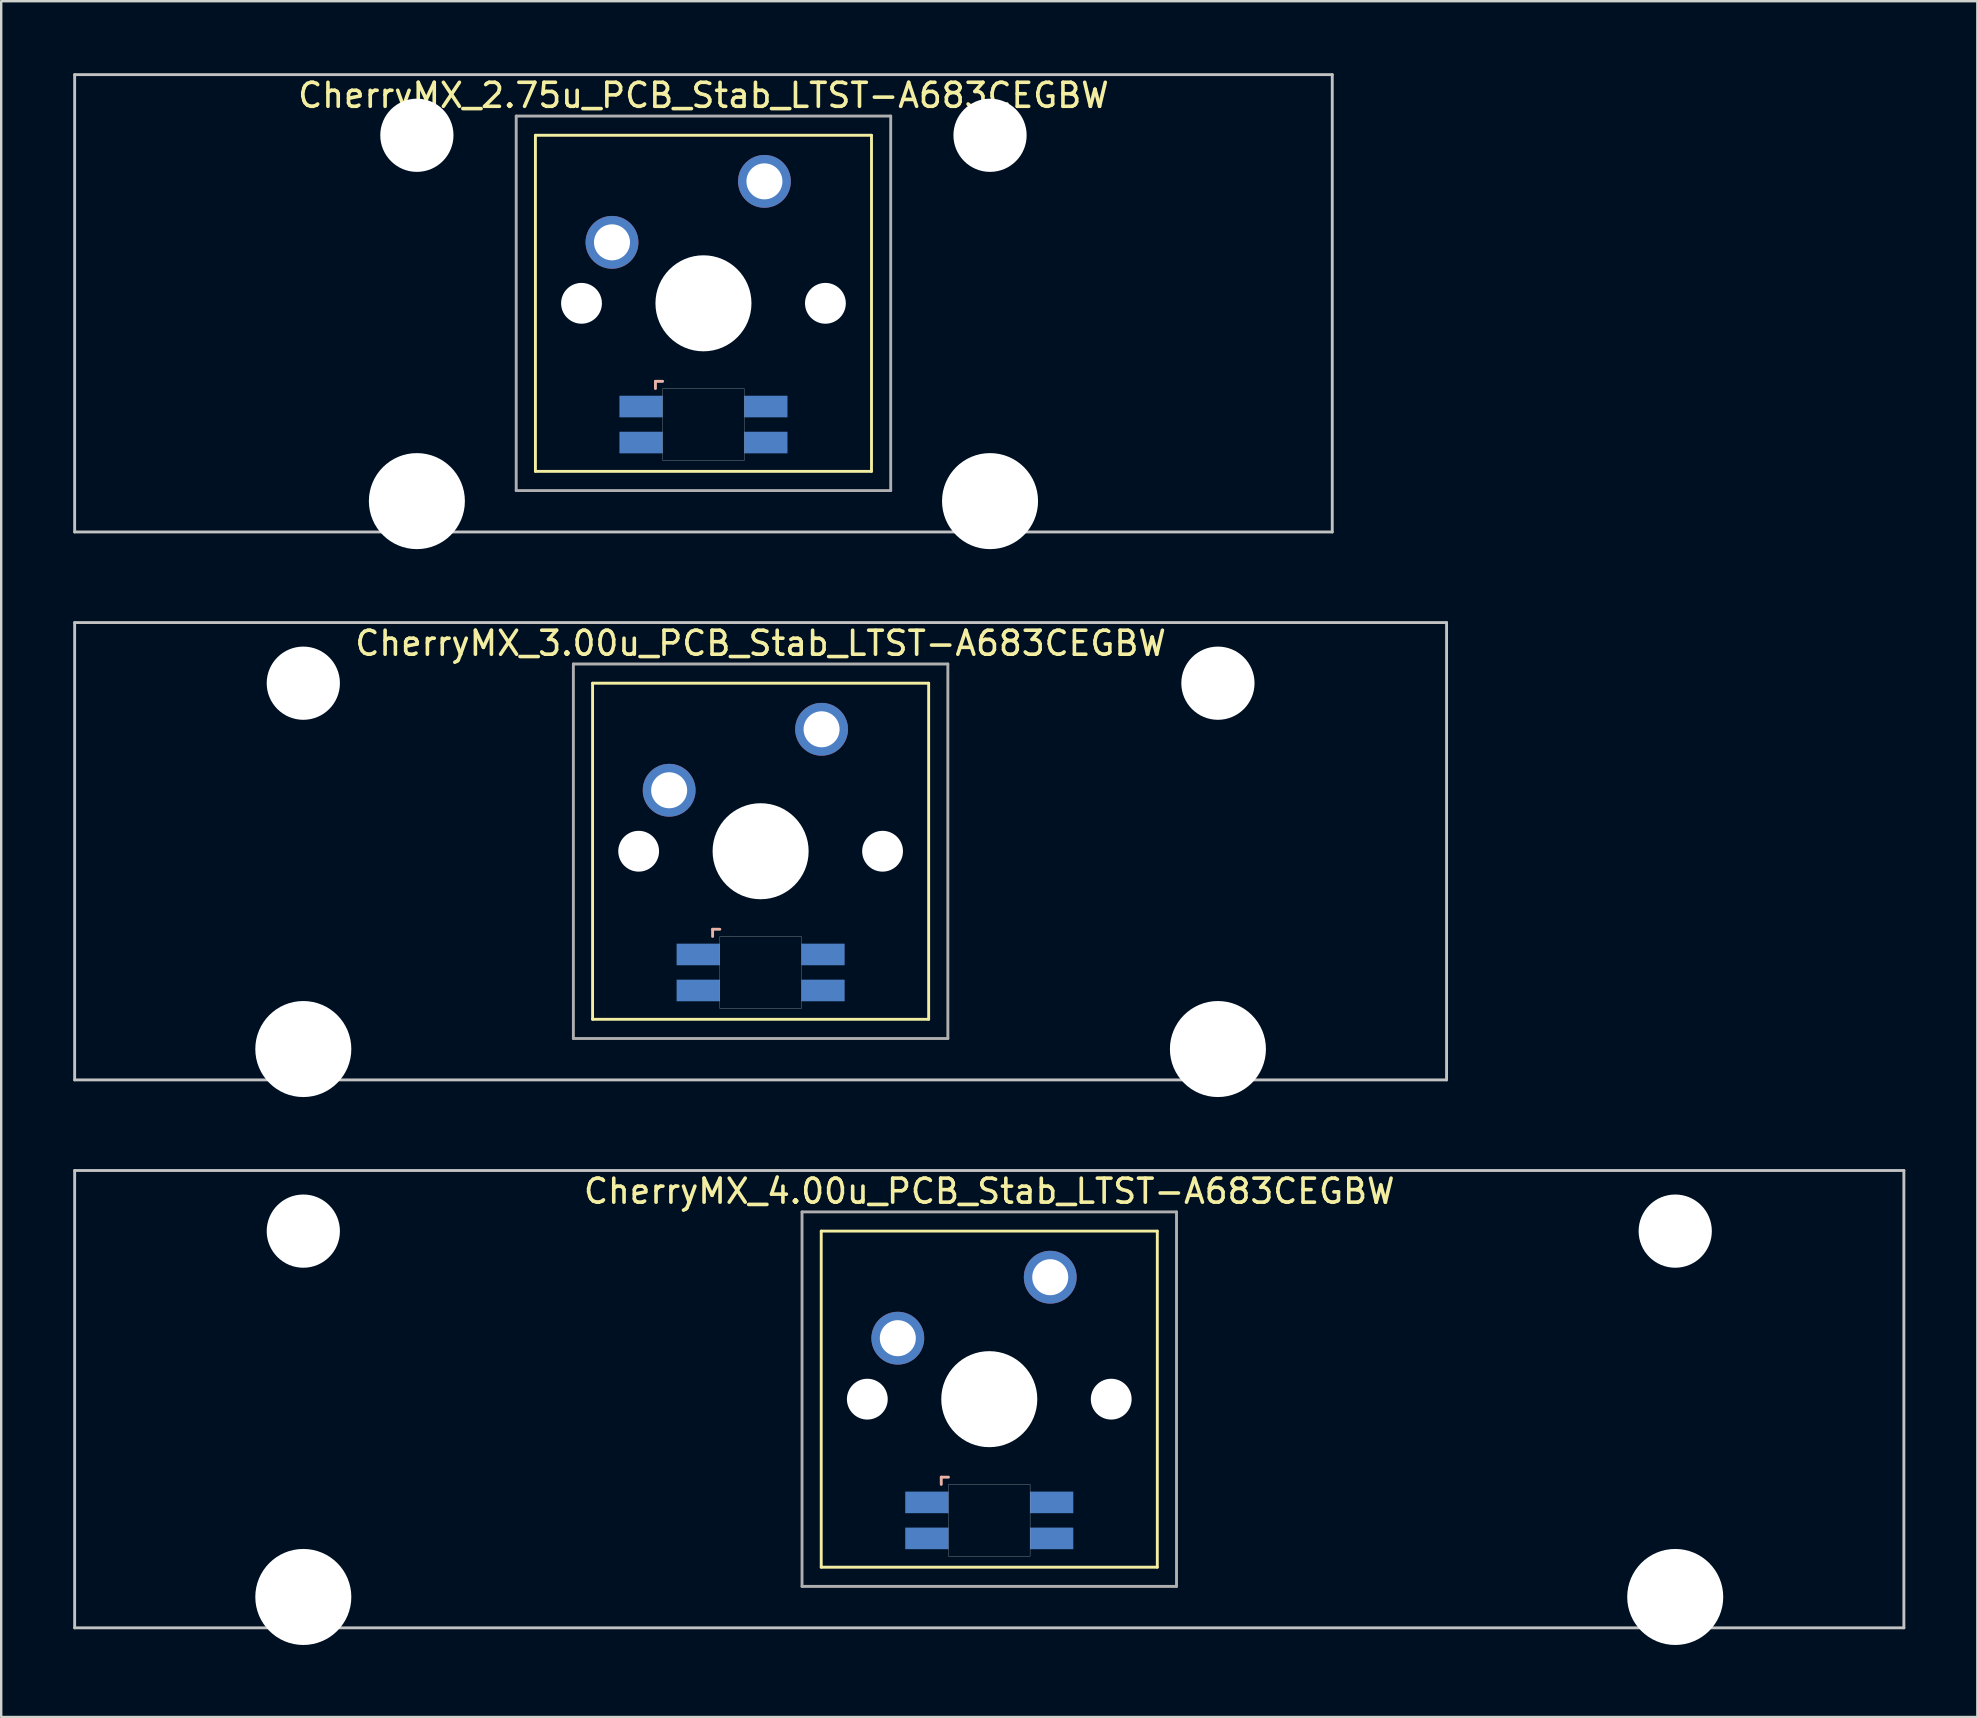
<source format=kicad_pcb>
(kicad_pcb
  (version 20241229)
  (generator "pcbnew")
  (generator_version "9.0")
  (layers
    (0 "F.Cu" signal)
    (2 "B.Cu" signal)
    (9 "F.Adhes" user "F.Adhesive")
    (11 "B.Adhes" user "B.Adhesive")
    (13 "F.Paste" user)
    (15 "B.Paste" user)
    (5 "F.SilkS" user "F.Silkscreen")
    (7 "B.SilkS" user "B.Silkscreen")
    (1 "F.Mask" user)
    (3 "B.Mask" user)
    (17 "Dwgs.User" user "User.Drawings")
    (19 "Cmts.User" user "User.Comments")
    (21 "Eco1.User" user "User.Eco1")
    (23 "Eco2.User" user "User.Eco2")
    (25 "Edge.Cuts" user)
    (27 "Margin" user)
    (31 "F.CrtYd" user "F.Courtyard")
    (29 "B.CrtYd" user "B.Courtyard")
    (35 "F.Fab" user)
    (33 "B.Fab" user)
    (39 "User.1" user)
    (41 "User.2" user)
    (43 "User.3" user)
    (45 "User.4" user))
  (footprint "CherryMX_3.00u_PCB_Stab_LTST-A683CEGBW"
    (layer "F.Cu")
    (at 28.635 32.41)
    (property "Reference" "CherryMX_3.00u_PCB_Stab_LTST-A683CEGBW" (at 0 -8.662 0) (layer "F.SilkS") (effects (font (size 1 1) (thickness 0.15))))
    (attr through_hole)
    (fp_line (start -7 -7) (end -7 7) (stroke (width 0.12) (type solid)) (layer "F.SilkS"))
    (fp_line (start -7 -7) (end 7 -7) (stroke (width 0.12) (type solid)) (layer "F.SilkS"))
    (fp_line (start 7 -7) (end 7 7) (stroke (width 0.12) (type solid)) (layer "F.SilkS"))
    (fp_line (start 7 7) (end -7 7) (stroke (width 0.12) (type solid)) (layer "F.SilkS"))
    (fp_line (start -2 3.25) (end -2 3.55) (stroke (width 0.12) (type solid)) (layer "B.SilkS"))
    (fp_line (start -1.7 3.25) (end -2 3.25) (stroke (width 0.12) (type solid)) (layer "B.SilkS"))
    (fp_line (start -28.575 -9.525) (end 28.575 -9.525) (stroke (width 0.12) (type solid)) (layer "Dwgs.User"))
    (fp_line (start -28.575 9.525) (end -28.575 -9.525) (stroke (width 0.12) (type solid)) (layer "Dwgs.User"))
    (fp_line (start 28.575 -9.525) (end 28.575 9.525) (stroke (width 0.12) (type solid)) (layer "Dwgs.User"))
    (fp_line (start 28.575 9.525) (end -28.575 9.525) (stroke (width 0.12) (type solid)) (layer "Dwgs.User"))
    (fp_poly (pts (xy 1.7 6.55) (xy -1.7 6.55) (xy -1.7 3.55) (xy 1.7 3.55)) (stroke (width 0.01) (type solid)) (fill no) (layer "Edge.Cuts"))
    (fp_line (start -7.8 -7.8) (end -7.8 7.8) (stroke (width 0.12) (type solid)) (layer "F.Fab"))
    (fp_line (start -7.8 -7.8) (end 7.8 -7.8) (stroke (width 0.12) (type solid)) (layer "F.Fab"))
    (fp_line (start -7.8 7.8) (end 7.8 7.8) (stroke (width 0.12) (type solid)) (layer "F.Fab"))
    (fp_line (start 7.8 -7.8) (end 7.8 7.8) (stroke (width 0.12) (type solid)) (layer "F.Fab"))
    (pad "" np_thru_hole circle (at -19.05 -7) (size 3.05 3.05) (drill 3.05) (layers "*.Cu" "*.Mask"))
    (pad "" np_thru_hole circle (at -19.05 8.24) (size 4 4) (drill 4) (layers "*.Cu" "*.Mask"))
    (pad "" np_thru_hole circle (at -5.08 0) (size 1.7 1.7) (drill 1.7) (layers "*.Cu" "*.Mask"))
    (pad "" np_thru_hole circle (at 0 0) (size 4 4) (drill 4) (layers "*.Cu" "*.Mask"))
    (pad "" np_thru_hole circle (at 5.08 0) (size 1.7 1.7) (drill 1.7) (layers "*.Cu" "*.Mask"))
    (pad "" np_thru_hole circle (at 19.05 -7) (size 3.05 3.05) (drill 3.05) (layers "*.Cu" "*.Mask"))
    (pad "" np_thru_hole circle (at 19.05 8.24) (size 4 4) (drill 4) (layers "*.Cu" "*.Mask"))
    (pad "1" thru_hole circle (at -3.81 -2.54) (size 2.2 2.2) (drill 1.5) (layers "*.Cu" "*.Mask"))
    (pad "2" thru_hole circle (at 2.54 -5.08) (size 2.2 2.2) (drill 1.5) (layers "*.Cu" "*.Mask"))
    (pad "3" smd rect (at -2.6 4.3) (size 1.8 0.9) (layers "B.Cu" "B.Mask" "B.Paste"))
    (pad "4" smd rect (at -2.6 5.8) (size 1.8 0.9) (layers "B.Cu" "B.Mask" "B.Paste"))
    (pad "5" smd rect (at 2.6 4.3) (size 1.8 0.9) (layers "B.Cu" "B.Mask" "B.Paste"))
    (pad "6" smd rect (at 2.6 5.8) (size 1.8 0.9) (layers "B.Cu" "B.Mask" "B.Paste")))
  (footprint "CherryMX_2.75u_PCB_Stab_LTST-A683CEGBW"
    (layer "F.Cu")
    (at 26.254 9.585)
    (property "Reference" "CherryMX_2.75u_PCB_Stab_LTST-A683CEGBW" (at 0 -8.662 0) (layer "F.SilkS") (effects (font (size 1 1) (thickness 0.15))))
    (attr through_hole)
    (fp_line (start -7 -7) (end -7 7) (stroke (width 0.12) (type solid)) (layer "F.SilkS"))
    (fp_line (start -7 -7) (end 7 -7) (stroke (width 0.12) (type solid)) (layer "F.SilkS"))
    (fp_line (start 7 -7) (end 7 7) (stroke (width 0.12) (type solid)) (layer "F.SilkS"))
    (fp_line (start 7 7) (end -7 7) (stroke (width 0.12) (type solid)) (layer "F.SilkS"))
    (fp_line (start -2 3.25) (end -2 3.55) (stroke (width 0.12) (type solid)) (layer "B.SilkS"))
    (fp_line (start -1.7 3.25) (end -2 3.25) (stroke (width 0.12) (type solid)) (layer "B.SilkS"))
    (fp_line (start -26.194 -9.525) (end 26.194 -9.525) (stroke (width 0.12) (type solid)) (layer "Dwgs.User"))
    (fp_line (start -26.194 9.525) (end -26.194 -9.525) (stroke (width 0.12) (type solid)) (layer "Dwgs.User"))
    (fp_line (start 26.194 -9.525) (end 26.194 9.525) (stroke (width 0.12) (type solid)) (layer "Dwgs.User"))
    (fp_line (start 26.194 9.525) (end -26.194 9.525) (stroke (width 0.12) (type solid)) (layer "Dwgs.User"))
    (fp_poly (pts (xy 1.7 6.55) (xy -1.7 6.55) (xy -1.7 3.55) (xy 1.7 3.55)) (stroke (width 0.01) (type solid)) (fill no) (layer "Edge.Cuts"))
    (fp_line (start -7.8 -7.8) (end -7.8 7.8) (stroke (width 0.12) (type solid)) (layer "F.Fab"))
    (fp_line (start -7.8 -7.8) (end 7.8 -7.8) (stroke (width 0.12) (type solid)) (layer "F.Fab"))
    (fp_line (start -7.8 7.8) (end 7.8 7.8) (stroke (width 0.12) (type solid)) (layer "F.Fab"))
    (fp_line (start 7.8 -7.8) (end 7.8 7.8) (stroke (width 0.12) (type solid)) (layer "F.Fab"))
    (pad "" np_thru_hole circle (at -11.938 -7) (size 3.05 3.05) (drill 3.05) (layers "*.Cu" "*.Mask"))
    (pad "" np_thru_hole circle (at -11.938 8.24) (size 4 4) (drill 4) (layers "*.Cu" "*.Mask"))
    (pad "" np_thru_hole circle (at -5.08 0) (size 1.7 1.7) (drill 1.7) (layers "*.Cu" "*.Mask"))
    (pad "" np_thru_hole circle (at 0 0) (size 4 4) (drill 4) (layers "*.Cu" "*.Mask"))
    (pad "" np_thru_hole circle (at 5.08 0) (size 1.7 1.7) (drill 1.7) (layers "*.Cu" "*.Mask"))
    (pad "" np_thru_hole circle (at 11.938 -7) (size 3.05 3.05) (drill 3.05) (layers "*.Cu" "*.Mask"))
    (pad "" np_thru_hole circle (at 11.938 8.24) (size 4 4) (drill 4) (layers "*.Cu" "*.Mask"))
    (pad "1" thru_hole circle (at -3.81 -2.54) (size 2.2 2.2) (drill 1.5) (layers "*.Cu" "*.Mask"))
    (pad "2" thru_hole circle (at 2.54 -5.08) (size 2.2 2.2) (drill 1.5) (layers "*.Cu" "*.Mask"))
    (pad "3" smd rect (at -2.6 4.3) (size 1.8 0.9) (layers "B.Cu" "B.Mask" "B.Paste"))
    (pad "4" smd rect (at -2.6 5.8) (size 1.8 0.9) (layers "B.Cu" "B.Mask" "B.Paste"))
    (pad "5" smd rect (at 2.6 4.3) (size 1.8 0.9) (layers "B.Cu" "B.Mask" "B.Paste"))
    (pad "6" smd rect (at 2.6 5.8) (size 1.8 0.9) (layers "B.Cu" "B.Mask" "B.Paste")))
  (footprint "CherryMX_4.00u_PCB_Stab_LTST-A683CEGBW"
    (layer "F.Cu")
    (at 38.16 55.235)
    (property "Reference" "CherryMX_4.00u_PCB_Stab_LTST-A683CEGBW" (at 0 -8.662 0) (layer "F.SilkS") (effects (font (size 1 1) (thickness 0.15))))
    (attr through_hole)
    (fp_line (start -7 -7) (end -7 7) (stroke (width 0.12) (type solid)) (layer "F.SilkS"))
    (fp_line (start -7 -7) (end 7 -7) (stroke (width 0.12) (type solid)) (layer "F.SilkS"))
    (fp_line (start 7 -7) (end 7 7) (stroke (width 0.12) (type solid)) (layer "F.SilkS"))
    (fp_line (start 7 7) (end -7 7) (stroke (width 0.12) (type solid)) (layer "F.SilkS"))
    (fp_line (start -2 3.25) (end -2 3.55) (stroke (width 0.12) (type solid)) (layer "B.SilkS"))
    (fp_line (start -1.7 3.25) (end -2 3.25) (stroke (width 0.12) (type solid)) (layer "B.SilkS"))
    (fp_line (start -38.1 -9.525) (end 38.1 -9.525) (stroke (width 0.12) (type solid)) (layer "Dwgs.User"))
    (fp_line (start -38.1 9.525) (end -38.1 -9.525) (stroke (width 0.12) (type solid)) (layer "Dwgs.User"))
    (fp_line (start 38.1 -9.525) (end 38.1 9.525) (stroke (width 0.12) (type solid)) (layer "Dwgs.User"))
    (fp_line (start 38.1 9.525) (end -38.1 9.525) (stroke (width 0.12) (type solid)) (layer "Dwgs.User"))
    (fp_poly (pts (xy 1.7 6.55) (xy -1.7 6.55) (xy -1.7 3.55) (xy 1.7 3.55)) (stroke (width 0.01) (type solid)) (fill no) (layer "Edge.Cuts"))
    (fp_line (start -7.8 -7.8) (end -7.8 7.8) (stroke (width 0.12) (type solid)) (layer "F.Fab"))
    (fp_line (start -7.8 -7.8) (end 7.8 -7.8) (stroke (width 0.12) (type solid)) (layer "F.Fab"))
    (fp_line (start -7.8 7.8) (end 7.8 7.8) (stroke (width 0.12) (type solid)) (layer "F.Fab"))
    (fp_line (start 7.8 -7.8) (end 7.8 7.8) (stroke (width 0.12) (type solid)) (layer "F.Fab"))
    (pad "" np_thru_hole circle (at -28.575 -7) (size 3.05 3.05) (drill 3.05) (layers "*.Cu" "*.Mask"))
    (pad "" np_thru_hole circle (at -28.575 8.24) (size 4 4) (drill 4) (layers "*.Cu" "*.Mask"))
    (pad "" np_thru_hole circle (at -5.08 0) (size 1.7 1.7) (drill 1.7) (layers "*.Cu" "*.Mask"))
    (pad "" np_thru_hole circle (at 0 0) (size 4 4) (drill 4) (layers "*.Cu" "*.Mask"))
    (pad "" np_thru_hole circle (at 5.08 0) (size 1.7 1.7) (drill 1.7) (layers "*.Cu" "*.Mask"))
    (pad "" np_thru_hole circle (at 28.575 -7) (size 3.05 3.05) (drill 3.05) (layers "*.Cu" "*.Mask"))
    (pad "" np_thru_hole circle (at 28.575 8.24) (size 4 4) (drill 4) (layers "*.Cu" "*.Mask"))
    (pad "1" thru_hole circle (at -3.81 -2.54) (size 2.2 2.2) (drill 1.5) (layers "*.Cu" "*.Mask"))
    (pad "2" thru_hole circle (at 2.54 -5.08) (size 2.2 2.2) (drill 1.5) (layers "*.Cu" "*.Mask"))
    (pad "3" smd rect (at -2.6 4.3) (size 1.8 0.9) (layers "B.Cu" "B.Mask" "B.Paste"))
    (pad "4" smd rect (at -2.6 5.8) (size 1.8 0.9) (layers "B.Cu" "B.Mask" "B.Paste"))
    (pad "5" smd rect (at 2.6 4.3) (size 1.8 0.9) (layers "B.Cu" "B.Mask" "B.Paste"))
    (pad "6" smd rect (at 2.6 5.8) (size 1.8 0.9) (layers "B.Cu" "B.Mask" "B.Paste")))
  (gr_rect
    (start -3 -3)
    (end 79.32 68.475)
    (stroke (width 0.1) (type default))
    (fill no)
    (layer "Edge.Cuts")))
</source>
